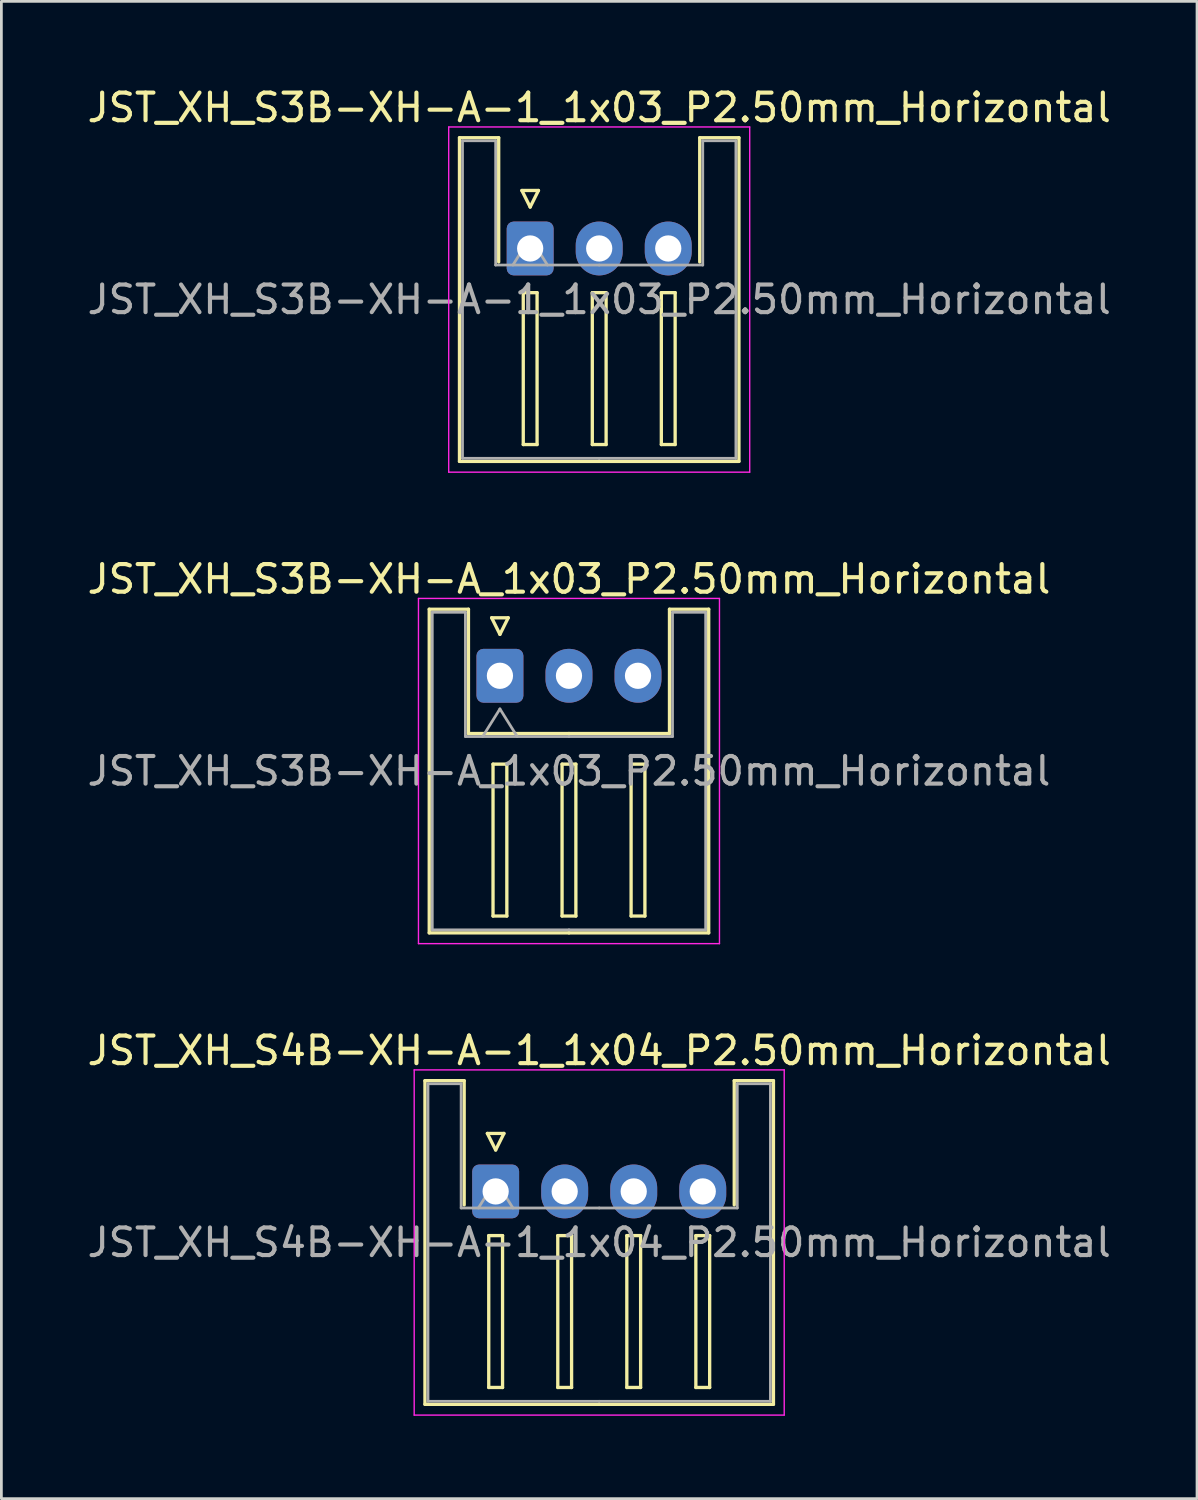
<source format=kicad_pcb>
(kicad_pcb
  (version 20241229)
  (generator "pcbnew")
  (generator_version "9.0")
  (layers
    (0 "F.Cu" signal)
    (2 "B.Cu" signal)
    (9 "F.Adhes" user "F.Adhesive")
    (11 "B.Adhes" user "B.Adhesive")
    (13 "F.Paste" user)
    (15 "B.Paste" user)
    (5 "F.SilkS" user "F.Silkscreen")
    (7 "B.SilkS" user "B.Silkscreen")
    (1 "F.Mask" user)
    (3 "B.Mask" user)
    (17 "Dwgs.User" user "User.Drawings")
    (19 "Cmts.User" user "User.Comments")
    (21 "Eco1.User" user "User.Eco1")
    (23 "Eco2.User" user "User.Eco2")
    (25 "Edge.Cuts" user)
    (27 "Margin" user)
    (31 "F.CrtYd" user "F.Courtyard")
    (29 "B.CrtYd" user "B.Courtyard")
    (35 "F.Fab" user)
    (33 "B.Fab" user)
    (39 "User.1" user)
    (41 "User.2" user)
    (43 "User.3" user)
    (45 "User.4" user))
  (footprint "JST_XH_S3B-XH-A-1_1x03_P2.50mm_Horizontal"
    (layer "F.Cu")
    (at 16.149 5.948)
    (property "Reference" "JST_XH_S3B-XH-A-1_1x03_P2.50mm_Horizontal" (at 2.5 -5.1 0) (layer "F.SilkS") (effects (font (size 1 1) (thickness 0.15))))
    (attr through_hole)
    (fp_line (start -2.56 -4.01) (end -1.14 -4.01) (stroke (width 0.12) (type solid)) (layer "F.SilkS"))
    (fp_line (start -2.56 7.71) (end -2.56 -4.01) (stroke (width 0.12) (type solid)) (layer "F.SilkS"))
    (fp_line (start -1.14 -4.01) (end -1.14 0.49) (stroke (width 0.12) (type solid)) (layer "F.SilkS"))
    (fp_line (start -0.3 -2.1) (end 0.3 -2.1) (stroke (width 0.12) (type solid)) (layer "F.SilkS"))
    (fp_line (start -0.25 1.6) (end -0.25 7.1) (stroke (width 0.12) (type solid)) (layer "F.SilkS"))
    (fp_line (start -0.25 7.1) (end 0.25 7.1) (stroke (width 0.12) (type solid)) (layer "F.SilkS"))
    (fp_line (start 0 -1.5) (end -0.3 -2.1) (stroke (width 0.12) (type solid)) (layer "F.SilkS"))
    (fp_line (start 0.25 1.6) (end -0.25 1.6) (stroke (width 0.12) (type solid)) (layer "F.SilkS"))
    (fp_line (start 0.25 7.1) (end 0.25 1.6) (stroke (width 0.12) (type solid)) (layer "F.SilkS"))
    (fp_line (start 0.3 -2.1) (end 0 -1.5) (stroke (width 0.12) (type solid)) (layer "F.SilkS"))
    (fp_line (start 2.25 1.6) (end 2.25 7.1) (stroke (width 0.12) (type solid)) (layer "F.SilkS"))
    (fp_line (start 2.25 7.1) (end 2.75 7.1) (stroke (width 0.12) (type solid)) (layer "F.SilkS"))
    (fp_line (start 2.5 7.71) (end -2.56 7.71) (stroke (width 0.12) (type solid)) (layer "F.SilkS"))
    (fp_line (start 2.5 7.71) (end 7.56 7.71) (stroke (width 0.12) (type solid)) (layer "F.SilkS"))
    (fp_line (start 2.75 1.6) (end 2.25 1.6) (stroke (width 0.12) (type solid)) (layer "F.SilkS"))
    (fp_line (start 2.75 7.1) (end 2.75 1.6) (stroke (width 0.12) (type solid)) (layer "F.SilkS"))
    (fp_line (start 4.75 1.6) (end 4.75 7.1) (stroke (width 0.12) (type solid)) (layer "F.SilkS"))
    (fp_line (start 4.75 7.1) (end 5.25 7.1) (stroke (width 0.12) (type solid)) (layer "F.SilkS"))
    (fp_line (start 5.25 1.6) (end 4.75 1.6) (stroke (width 0.12) (type solid)) (layer "F.SilkS"))
    (fp_line (start 5.25 7.1) (end 5.25 1.6) (stroke (width 0.12) (type solid)) (layer "F.SilkS"))
    (fp_line (start 6.14 -4.01) (end 6.14 0.49) (stroke (width 0.12) (type solid)) (layer "F.SilkS"))
    (fp_line (start 7.56 -4.01) (end 6.14 -4.01) (stroke (width 0.12) (type solid)) (layer "F.SilkS"))
    (fp_line (start 7.56 7.71) (end 7.56 -4.01) (stroke (width 0.12) (type solid)) (layer "F.SilkS"))
    (fp_line (start -2.95 -4.4) (end -2.95 8.1) (stroke (width 0.05) (type solid)) (layer "F.CrtYd"))
    (fp_line (start -2.95 8.1) (end 7.95 8.1) (stroke (width 0.05) (type solid)) (layer "F.CrtYd"))
    (fp_line (start 7.95 -4.4) (end -2.95 -4.4) (stroke (width 0.05) (type solid)) (layer "F.CrtYd"))
    (fp_line (start 7.95 8.1) (end 7.95 -4.4) (stroke (width 0.05) (type solid)) (layer "F.CrtYd"))
    (fp_line (start -2.45 -3.9) (end -1.25 -3.9) (stroke (width 0.1) (type solid)) (layer "F.Fab"))
    (fp_line (start -2.45 7.6) (end -2.45 -3.9) (stroke (width 0.1) (type solid)) (layer "F.Fab"))
    (fp_line (start -1.25 -3.9) (end -1.25 0.6) (stroke (width 0.1) (type solid)) (layer "F.Fab"))
    (fp_line (start -1.25 0.6) (end 2.5 0.6) (stroke (width 0.1) (type solid)) (layer "F.Fab"))
    (fp_line (start -0.625 0.6) (end 0 -0.4) (stroke (width 0.1) (type solid)) (layer "F.Fab"))
    (fp_line (start 0 -0.4) (end 0.625 0.6) (stroke (width 0.1) (type solid)) (layer "F.Fab"))
    (fp_line (start 2.5 7.6) (end -2.45 7.6) (stroke (width 0.1) (type solid)) (layer "F.Fab"))
    (fp_line (start 2.5 7.6) (end 7.45 7.6) (stroke (width 0.1) (type solid)) (layer "F.Fab"))
    (fp_line (start 6.25 -3.9) (end 6.25 0.6) (stroke (width 0.1) (type solid)) (layer "F.Fab"))
    (fp_line (start 6.25 0.6) (end 2.5 0.6) (stroke (width 0.1) (type solid)) (layer "F.Fab"))
    (fp_line (start 7.45 -3.9) (end 6.25 -3.9) (stroke (width 0.1) (type solid)) (layer "F.Fab"))
    (fp_line (start 7.45 7.6) (end 7.45 -3.9) (stroke (width 0.1) (type solid)) (layer "F.Fab"))
    (fp_text user "${REFERENCE}" (at 2.5 1.85 0) (layer "F.Fab") (effects (font (size 1 1) (thickness 0.15))))
    (pad "1" thru_hole roundrect (at 0 0) (size 1.7 1.95) (drill 0.95) (layers "*.Cu" "*.Mask") (roundrect_rratio 0.147))
    (pad "2" thru_hole oval (at 2.5 0) (size 1.7 1.95) (drill 0.95) (layers "*.Cu" "*.Mask"))
    (pad "3" thru_hole oval (at 5 0) (size 1.7 1.95) (drill 0.95) (layers "*.Cu" "*.Mask")))
  (footprint "JST_XH_S3B-XH-A_1x03_P2.50mm_Horizontal"
    (layer "F.Cu")
    (at 15.054 21.422)
    (property "Reference" "JST_XH_S3B-XH-A_1x03_P2.50mm_Horizontal" (at 2.5 -3.5 0) (layer "F.SilkS") (effects (font (size 1 1) (thickness 0.15))))
    (attr through_hole)
    (fp_line (start -2.56 -2.41) (end -1.14 -2.41) (stroke (width 0.12) (type solid)) (layer "F.SilkS"))
    (fp_line (start -2.56 9.31) (end -2.56 -2.41) (stroke (width 0.12) (type solid)) (layer "F.SilkS"))
    (fp_line (start -1.14 -2.41) (end -1.14 2.09) (stroke (width 0.12) (type solid)) (layer "F.SilkS"))
    (fp_line (start -1.14 2.09) (end 2.5 2.09) (stroke (width 0.12) (type solid)) (layer "F.SilkS"))
    (fp_line (start -0.3 -2.1) (end 0.3 -2.1) (stroke (width 0.12) (type solid)) (layer "F.SilkS"))
    (fp_line (start -0.25 3.2) (end -0.25 8.7) (stroke (width 0.12) (type solid)) (layer "F.SilkS"))
    (fp_line (start -0.25 8.7) (end 0.25 8.7) (stroke (width 0.12) (type solid)) (layer "F.SilkS"))
    (fp_line (start 0 -1.5) (end -0.3 -2.1) (stroke (width 0.12) (type solid)) (layer "F.SilkS"))
    (fp_line (start 0.25 3.2) (end -0.25 3.2) (stroke (width 0.12) (type solid)) (layer "F.SilkS"))
    (fp_line (start 0.25 8.7) (end 0.25 3.2) (stroke (width 0.12) (type solid)) (layer "F.SilkS"))
    (fp_line (start 0.3 -2.1) (end 0 -1.5) (stroke (width 0.12) (type solid)) (layer "F.SilkS"))
    (fp_line (start 2.25 3.2) (end 2.25 8.7) (stroke (width 0.12) (type solid)) (layer "F.SilkS"))
    (fp_line (start 2.25 8.7) (end 2.75 8.7) (stroke (width 0.12) (type solid)) (layer "F.SilkS"))
    (fp_line (start 2.5 9.31) (end -2.56 9.31) (stroke (width 0.12) (type solid)) (layer "F.SilkS"))
    (fp_line (start 2.5 9.31) (end 7.56 9.31) (stroke (width 0.12) (type solid)) (layer "F.SilkS"))
    (fp_line (start 2.75 3.2) (end 2.25 3.2) (stroke (width 0.12) (type solid)) (layer "F.SilkS"))
    (fp_line (start 2.75 8.7) (end 2.75 3.2) (stroke (width 0.12) (type solid)) (layer "F.SilkS"))
    (fp_line (start 4.75 3.2) (end 4.75 8.7) (stroke (width 0.12) (type solid)) (layer "F.SilkS"))
    (fp_line (start 4.75 8.7) (end 5.25 8.7) (stroke (width 0.12) (type solid)) (layer "F.SilkS"))
    (fp_line (start 5.25 3.2) (end 4.75 3.2) (stroke (width 0.12) (type solid)) (layer "F.SilkS"))
    (fp_line (start 5.25 8.7) (end 5.25 3.2) (stroke (width 0.12) (type solid)) (layer "F.SilkS"))
    (fp_line (start 6.14 -2.41) (end 6.14 2.09) (stroke (width 0.12) (type solid)) (layer "F.SilkS"))
    (fp_line (start 6.14 2.09) (end 2.5 2.09) (stroke (width 0.12) (type solid)) (layer "F.SilkS"))
    (fp_line (start 7.56 -2.41) (end 6.14 -2.41) (stroke (width 0.12) (type solid)) (layer "F.SilkS"))
    (fp_line (start 7.56 9.31) (end 7.56 -2.41) (stroke (width 0.12) (type solid)) (layer "F.SilkS"))
    (fp_line (start -2.95 -2.8) (end -2.95 9.7) (stroke (width 0.05) (type solid)) (layer "F.CrtYd"))
    (fp_line (start -2.95 9.7) (end 7.95 9.7) (stroke (width 0.05) (type solid)) (layer "F.CrtYd"))
    (fp_line (start 7.95 -2.8) (end -2.95 -2.8) (stroke (width 0.05) (type solid)) (layer "F.CrtYd"))
    (fp_line (start 7.95 9.7) (end 7.95 -2.8) (stroke (width 0.05) (type solid)) (layer "F.CrtYd"))
    (fp_line (start -2.45 -2.3) (end -1.25 -2.3) (stroke (width 0.1) (type solid)) (layer "F.Fab"))
    (fp_line (start -2.45 9.2) (end -2.45 -2.3) (stroke (width 0.1) (type solid)) (layer "F.Fab"))
    (fp_line (start -1.25 -2.3) (end -1.25 2.2) (stroke (width 0.1) (type solid)) (layer "F.Fab"))
    (fp_line (start -1.25 2.2) (end 2.5 2.2) (stroke (width 0.1) (type solid)) (layer "F.Fab"))
    (fp_line (start -0.625 2.2) (end 0 1.2) (stroke (width 0.1) (type solid)) (layer "F.Fab"))
    (fp_line (start 0 1.2) (end 0.625 2.2) (stroke (width 0.1) (type solid)) (layer "F.Fab"))
    (fp_line (start 2.5 9.2) (end -2.45 9.2) (stroke (width 0.1) (type solid)) (layer "F.Fab"))
    (fp_line (start 2.5 9.2) (end 7.45 9.2) (stroke (width 0.1) (type solid)) (layer "F.Fab"))
    (fp_line (start 6.25 -2.3) (end 6.25 2.2) (stroke (width 0.1) (type solid)) (layer "F.Fab"))
    (fp_line (start 6.25 2.2) (end 2.5 2.2) (stroke (width 0.1) (type solid)) (layer "F.Fab"))
    (fp_line (start 7.45 -2.3) (end 6.25 -2.3) (stroke (width 0.1) (type solid)) (layer "F.Fab"))
    (fp_line (start 7.45 9.2) (end 7.45 -2.3) (stroke (width 0.1) (type solid)) (layer "F.Fab"))
    (fp_text user "${REFERENCE}" (at 2.5 3.45 0) (layer "F.Fab") (effects (font (size 1 1) (thickness 0.15))))
    (pad "1" thru_hole roundrect (at 0 0) (size 1.7 1.95) (drill 0.95) (layers "*.Cu" "*.Mask") (roundrect_rratio 0.147))
    (pad "2" thru_hole oval (at 2.5 0) (size 1.7 1.95) (drill 0.95) (layers "*.Cu" "*.Mask"))
    (pad "3" thru_hole oval (at 5 0) (size 1.7 1.95) (drill 0.95) (layers "*.Cu" "*.Mask")))
  (footprint "JST_XH_S4B-XH-A-1_1x04_P2.50mm_Horizontal"
    (layer "F.Cu")
    (at 14.899 40.095)
    (property "Reference" "JST_XH_S4B-XH-A-1_1x04_P2.50mm_Horizontal" (at 3.75 -5.1 0) (layer "F.SilkS") (effects (font (size 1 1) (thickness 0.15))))
    (attr through_hole)
    (fp_line (start -2.56 -4.01) (end -1.14 -4.01) (stroke (width 0.12) (type solid)) (layer "F.SilkS"))
    (fp_line (start -2.56 7.71) (end -2.56 -4.01) (stroke (width 0.12) (type solid)) (layer "F.SilkS"))
    (fp_line (start -1.14 -4.01) (end -1.14 0.49) (stroke (width 0.12) (type solid)) (layer "F.SilkS"))
    (fp_line (start -0.3 -2.1) (end 0.3 -2.1) (stroke (width 0.12) (type solid)) (layer "F.SilkS"))
    (fp_line (start -0.25 1.6) (end -0.25 7.1) (stroke (width 0.12) (type solid)) (layer "F.SilkS"))
    (fp_line (start -0.25 7.1) (end 0.25 7.1) (stroke (width 0.12) (type solid)) (layer "F.SilkS"))
    (fp_line (start 0 -1.5) (end -0.3 -2.1) (stroke (width 0.12) (type solid)) (layer "F.SilkS"))
    (fp_line (start 0.25 1.6) (end -0.25 1.6) (stroke (width 0.12) (type solid)) (layer "F.SilkS"))
    (fp_line (start 0.25 7.1) (end 0.25 1.6) (stroke (width 0.12) (type solid)) (layer "F.SilkS"))
    (fp_line (start 0.3 -2.1) (end 0 -1.5) (stroke (width 0.12) (type solid)) (layer "F.SilkS"))
    (fp_line (start 2.25 1.6) (end 2.25 7.1) (stroke (width 0.12) (type solid)) (layer "F.SilkS"))
    (fp_line (start 2.25 7.1) (end 2.75 7.1) (stroke (width 0.12) (type solid)) (layer "F.SilkS"))
    (fp_line (start 2.75 1.6) (end 2.25 1.6) (stroke (width 0.12) (type solid)) (layer "F.SilkS"))
    (fp_line (start 2.75 7.1) (end 2.75 1.6) (stroke (width 0.12) (type solid)) (layer "F.SilkS"))
    (fp_line (start 3.75 7.71) (end -2.56 7.71) (stroke (width 0.12) (type solid)) (layer "F.SilkS"))
    (fp_line (start 3.75 7.71) (end 10.06 7.71) (stroke (width 0.12) (type solid)) (layer "F.SilkS"))
    (fp_line (start 4.75 1.6) (end 4.75 7.1) (stroke (width 0.12) (type solid)) (layer "F.SilkS"))
    (fp_line (start 4.75 7.1) (end 5.25 7.1) (stroke (width 0.12) (type solid)) (layer "F.SilkS"))
    (fp_line (start 5.25 1.6) (end 4.75 1.6) (stroke (width 0.12) (type solid)) (layer "F.SilkS"))
    (fp_line (start 5.25 7.1) (end 5.25 1.6) (stroke (width 0.12) (type solid)) (layer "F.SilkS"))
    (fp_line (start 7.25 1.6) (end 7.25 7.1) (stroke (width 0.12) (type solid)) (layer "F.SilkS"))
    (fp_line (start 7.25 7.1) (end 7.75 7.1) (stroke (width 0.12) (type solid)) (layer "F.SilkS"))
    (fp_line (start 7.75 1.6) (end 7.25 1.6) (stroke (width 0.12) (type solid)) (layer "F.SilkS"))
    (fp_line (start 7.75 7.1) (end 7.75 1.6) (stroke (width 0.12) (type solid)) (layer "F.SilkS"))
    (fp_line (start 8.64 -4.01) (end 8.64 0.49) (stroke (width 0.12) (type solid)) (layer "F.SilkS"))
    (fp_line (start 10.06 -4.01) (end 8.64 -4.01) (stroke (width 0.12) (type solid)) (layer "F.SilkS"))
    (fp_line (start 10.06 7.71) (end 10.06 -4.01) (stroke (width 0.12) (type solid)) (layer "F.SilkS"))
    (fp_line (start -2.95 -4.4) (end -2.95 8.1) (stroke (width 0.05) (type solid)) (layer "F.CrtYd"))
    (fp_line (start -2.95 8.1) (end 10.45 8.1) (stroke (width 0.05) (type solid)) (layer "F.CrtYd"))
    (fp_line (start 10.45 -4.4) (end -2.95 -4.4) (stroke (width 0.05) (type solid)) (layer "F.CrtYd"))
    (fp_line (start 10.45 8.1) (end 10.45 -4.4) (stroke (width 0.05) (type solid)) (layer "F.CrtYd"))
    (fp_line (start -2.45 -3.9) (end -1.25 -3.9) (stroke (width 0.1) (type solid)) (layer "F.Fab"))
    (fp_line (start -2.45 7.6) (end -2.45 -3.9) (stroke (width 0.1) (type solid)) (layer "F.Fab"))
    (fp_line (start -1.25 -3.9) (end -1.25 0.6) (stroke (width 0.1) (type solid)) (layer "F.Fab"))
    (fp_line (start -1.25 0.6) (end 3.75 0.6) (stroke (width 0.1) (type solid)) (layer "F.Fab"))
    (fp_line (start -0.625 0.6) (end 0 -0.4) (stroke (width 0.1) (type solid)) (layer "F.Fab"))
    (fp_line (start 0 -0.4) (end 0.625 0.6) (stroke (width 0.1) (type solid)) (layer "F.Fab"))
    (fp_line (start 3.75 7.6) (end -2.45 7.6) (stroke (width 0.1) (type solid)) (layer "F.Fab"))
    (fp_line (start 3.75 7.6) (end 9.95 7.6) (stroke (width 0.1) (type solid)) (layer "F.Fab"))
    (fp_line (start 8.75 -3.9) (end 8.75 0.6) (stroke (width 0.1) (type solid)) (layer "F.Fab"))
    (fp_line (start 8.75 0.6) (end 3.75 0.6) (stroke (width 0.1) (type solid)) (layer "F.Fab"))
    (fp_line (start 9.95 -3.9) (end 8.75 -3.9) (stroke (width 0.1) (type solid)) (layer "F.Fab"))
    (fp_line (start 9.95 7.6) (end 9.95 -3.9) (stroke (width 0.1) (type solid)) (layer "F.Fab"))
    (fp_text user "${REFERENCE}" (at 3.75 1.85 0) (layer "F.Fab") (effects (font (size 1 1) (thickness 0.15))))
    (pad "1" thru_hole roundrect (at 0 0) (size 1.7 1.95) (drill 0.95) (layers "*.Cu" "*.Mask") (roundrect_rratio 0.147))
    (pad "2" thru_hole oval (at 2.5 0) (size 1.7 1.95) (drill 0.95) (layers "*.Cu" "*.Mask"))
    (pad "3" thru_hole oval (at 5 0) (size 1.7 1.95) (drill 0.95) (layers "*.Cu" "*.Mask"))
    (pad "4" thru_hole oval (at 7.5 0) (size 1.7 1.95) (drill 0.95) (layers "*.Cu" "*.Mask")))
  (gr_rect
    (start -3 -3)
    (end 40.298 51.22)
    (stroke (width 0.1) (type default))
    (fill no)
    (layer "Edge.Cuts")))
</source>
